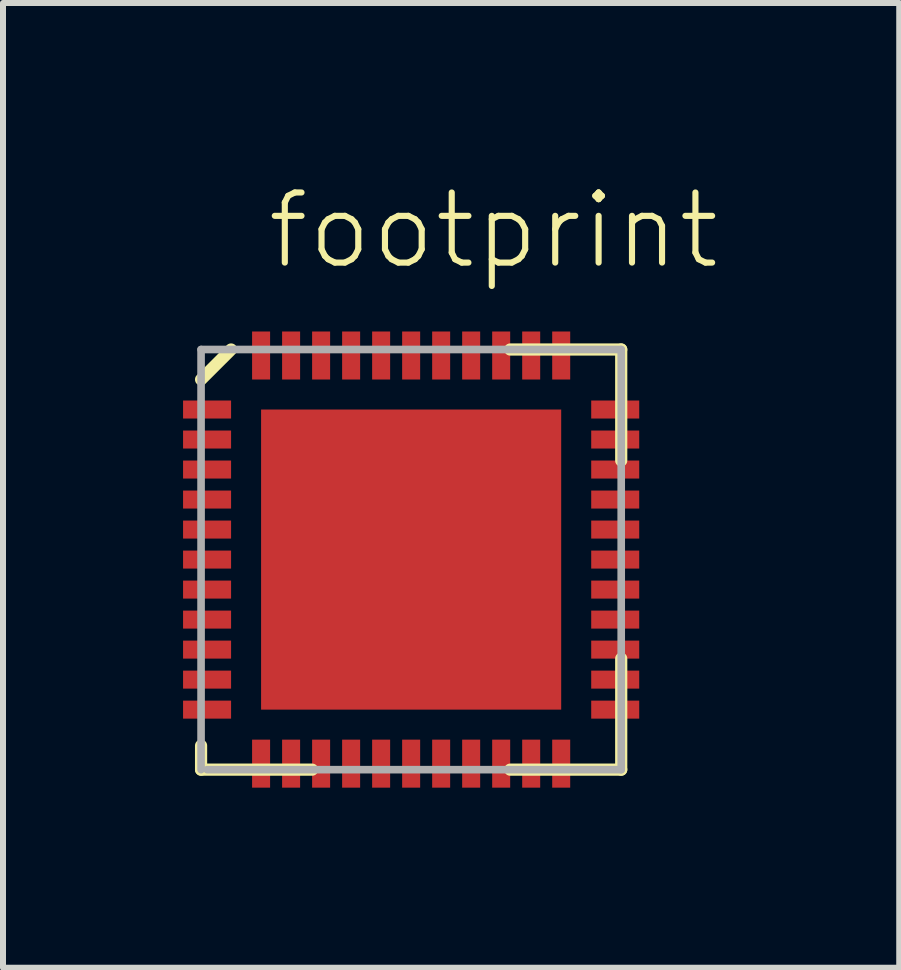
<source format=kicad_pcb>
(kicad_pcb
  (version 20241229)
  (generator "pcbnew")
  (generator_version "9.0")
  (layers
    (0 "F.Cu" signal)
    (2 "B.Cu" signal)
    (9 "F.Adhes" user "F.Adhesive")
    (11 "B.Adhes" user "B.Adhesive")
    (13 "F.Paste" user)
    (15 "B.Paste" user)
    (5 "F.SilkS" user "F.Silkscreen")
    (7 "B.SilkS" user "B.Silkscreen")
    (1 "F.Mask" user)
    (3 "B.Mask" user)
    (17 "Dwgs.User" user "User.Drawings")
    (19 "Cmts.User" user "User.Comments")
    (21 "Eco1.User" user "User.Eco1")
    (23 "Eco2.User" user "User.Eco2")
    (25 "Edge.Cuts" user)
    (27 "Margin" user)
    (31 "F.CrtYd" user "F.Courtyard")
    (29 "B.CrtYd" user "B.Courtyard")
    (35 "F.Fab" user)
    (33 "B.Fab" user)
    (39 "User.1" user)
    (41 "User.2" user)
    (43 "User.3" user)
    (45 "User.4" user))
  (footprint "footprint"
    (layer "F.Cu")
    (at 3.8 6.273)
    (property "Reference" "footprint" (at -2.45 -4.8 0) (layer "F.SilkS") (effects (font (size 1.168 1.168) (thickness 0.102)) (justify left bottom)))
    (fp_poly (pts (xy -2.5 2.5) (xy 2.5 2.5) (xy 2.5 -2.5) (xy -2.5 -2.5)) (stroke (width 0) (type solid)) (fill yes) (layer "F.Cu"))
    (fp_poly (pts (xy -0.5 0.5) (xy 0.5 0.5) (xy 0.5 -0.5) (xy -0.5 -0.5)) (stroke (width 0) (type solid)) (fill yes) (layer "F.Mask"))
    (fp_line (start -3.5 3.5) (end -3.5 3.1) (stroke (width 0.203) (type solid)) (layer "F.SilkS"))
    (fp_line (start -3 -3.5) (end -3.5 -3) (stroke (width 0.203) (type solid)) (layer "F.SilkS"))
    (fp_line (start -1.65 3.5) (end -3.5 3.5) (stroke (width 0.203) (type solid)) (layer "F.SilkS"))
    (fp_line (start 1.65 3.5) (end 3.5 3.5) (stroke (width 0.203) (type solid)) (layer "F.SilkS"))
    (fp_line (start 3.5 -3.5) (end 1.65 -3.5) (stroke (width 0.203) (type solid)) (layer "F.SilkS"))
    (fp_line (start 3.5 -1.65) (end 3.5 -3.5) (stroke (width 0.203) (type solid)) (layer "F.SilkS"))
    (fp_line (start 3.5 1.65) (end 3.5 3.5) (stroke (width 0.203) (type solid)) (layer "F.SilkS"))
    (fp_line (start -3.5 -3.5) (end -3.5 3.5) (stroke (width 0.127) (type solid)) (layer "F.Fab"))
    (fp_line (start -3.4 3.5) (end 3.5 3.5) (stroke (width 0.127) (type solid)) (layer "F.Fab"))
    (fp_line (start 3.5 -3.5) (end -3.5 -3.5) (stroke (width 0.127) (type solid)) (layer "F.Fab"))
    (fp_line (start 3.5 3.5) (end 3.5 -3.5) (stroke (width 0.127) (type solid)) (layer "F.Fab"))
    (pad "1" smd rect (at -3.4 -2.5 180) (size 0.8 0.3) (layers "F.Cu" "F.Mask" "F.Paste"))
    (pad "2" smd rect (at -3.4 -2 180) (size 0.8 0.3) (layers "F.Cu" "F.Mask" "F.Paste"))
    (pad "3" smd rect (at -3.4 -1.5 180) (size 0.8 0.3) (layers "F.Cu" "F.Mask" "F.Paste"))
    (pad "4" smd rect (at -3.4 -1 180) (size 0.8 0.3) (layers "F.Cu" "F.Mask" "F.Paste"))
    (pad "5" smd rect (at -3.4 -0.5 180) (size 0.8 0.3) (layers "F.Cu" "F.Mask" "F.Paste"))
    (pad "6" smd rect (at -3.4 0 180) (size 0.8 0.3) (layers "F.Cu" "F.Mask" "F.Paste"))
    (pad "7" smd rect (at -3.4 0.5) (size 0.8 0.3) (layers "F.Cu" "F.Mask" "F.Paste"))
    (pad "8" smd rect (at -3.4 1) (size 0.8 0.3) (layers "F.Cu" "F.Mask" "F.Paste"))
    (pad "9" smd rect (at -3.4 1.5) (size 0.8 0.3) (layers "F.Cu" "F.Mask" "F.Paste"))
    (pad "10" smd rect (at -3.4 2) (size 0.8 0.3) (layers "F.Cu" "F.Mask" "F.Paste"))
    (pad "11" smd rect (at -3.4 2.5) (size 0.8 0.3) (layers "F.Cu" "F.Mask" "F.Paste"))
    (pad "12" smd rect (at -2.5 3.4 270) (size 0.8 0.3) (layers "F.Cu" "F.Mask" "F.Paste"))
    (pad "13" smd rect (at -2 3.4 270) (size 0.8 0.3) (layers "F.Cu" "F.Mask" "F.Paste"))
    (pad "14" smd rect (at -1.5 3.4 270) (size 0.8 0.3) (layers "F.Cu" "F.Mask" "F.Paste"))
    (pad "15" smd rect (at -1 3.4 270) (size 0.8 0.3) (layers "F.Cu" "F.Mask" "F.Paste"))
    (pad "16" smd rect (at -0.5 3.4 270) (size 0.8 0.3) (layers "F.Cu" "F.Mask" "F.Paste"))
    (pad "17" smd rect (at 0 3.4 270) (size 0.8 0.3) (layers "F.Cu" "F.Mask" "F.Paste"))
    (pad "18" smd rect (at 0.5 3.4 90) (size 0.8 0.3) (layers "F.Cu" "F.Mask" "F.Paste"))
    (pad "19" smd rect (at 1 3.4 90) (size 0.8 0.3) (layers "F.Cu" "F.Mask" "F.Paste"))
    (pad "20" smd rect (at 1.5 3.4 90) (size 0.8 0.3) (layers "F.Cu" "F.Mask" "F.Paste"))
    (pad "21" smd rect (at 2 3.4 90) (size 0.8 0.3) (layers "F.Cu" "F.Mask" "F.Paste"))
    (pad "22" smd rect (at 2.5 3.4 90) (size 0.8 0.3) (layers "F.Cu" "F.Mask" "F.Paste"))
    (pad "23" smd rect (at 3.4 2.5) (size 0.8 0.3) (layers "F.Cu" "F.Mask" "F.Paste"))
    (pad "24" smd rect (at 3.4 2) (size 0.8 0.3) (layers "F.Cu" "F.Mask" "F.Paste"))
    (pad "25" smd rect (at 3.4 1.5) (size 0.8 0.3) (layers "F.Cu" "F.Mask" "F.Paste"))
    (pad "26" smd rect (at 3.4 1) (size 0.8 0.3) (layers "F.Cu" "F.Mask" "F.Paste"))
    (pad "27" smd rect (at 3.4 0.5) (size 0.8 0.3) (layers "F.Cu" "F.Mask" "F.Paste"))
    (pad "28" smd rect (at 3.4 0) (size 0.8 0.3) (layers "F.Cu" "F.Mask" "F.Paste"))
    (pad "29" smd rect (at 3.4 -0.5 180) (size 0.8 0.3) (layers "F.Cu" "F.Mask" "F.Paste"))
    (pad "30" smd rect (at 3.4 -1 180) (size 0.8 0.3) (layers "F.Cu" "F.Mask" "F.Paste"))
    (pad "31" smd rect (at 3.4 -1.5 180) (size 0.8 0.3) (layers "F.Cu" "F.Mask" "F.Paste"))
    (pad "32" smd rect (at 3.4 -2 180) (size 0.8 0.3) (layers "F.Cu" "F.Mask" "F.Paste"))
    (pad "33" smd rect (at 3.4 -2.5 180) (size 0.8 0.3) (layers "F.Cu" "F.Mask" "F.Paste"))
    (pad "34" smd rect (at 2.5 -3.4 90) (size 0.8 0.3) (layers "F.Cu" "F.Mask" "F.Paste"))
    (pad "35" smd rect (at 2 -3.4 90) (size 0.8 0.3) (layers "F.Cu" "F.Mask" "F.Paste"))
    (pad "36" smd rect (at 1.5 -3.4 90) (size 0.8 0.3) (layers "F.Cu" "F.Mask" "F.Paste"))
    (pad "37" smd rect (at 1 -3.4 90) (size 0.8 0.3) (layers "F.Cu" "F.Mask" "F.Paste"))
    (pad "38" smd rect (at 0.5 -3.4 90) (size 0.8 0.3) (layers "F.Cu" "F.Mask" "F.Paste"))
    (pad "39" smd rect (at 0 -3.4 90) (size 0.8 0.3) (layers "F.Cu" "F.Mask" "F.Paste"))
    (pad "40" smd rect (at -0.5 -3.4 270) (size 0.8 0.3) (layers "F.Cu" "F.Mask" "F.Paste"))
    (pad "41" smd rect (at -1 -3.4 270) (size 0.8 0.3) (layers "F.Cu" "F.Mask" "F.Paste"))
    (pad "42" smd rect (at -1.5 -3.4 270) (size 0.8 0.3) (layers "F.Cu" "F.Mask" "F.Paste"))
    (pad "43" smd rect (at -2 -3.4 270) (size 0.8 0.3) (layers "F.Cu" "F.Mask" "F.Paste"))
    (pad "44" smd rect (at -2.5 -3.4 270) (size 0.8 0.3) (layers "F.Cu" "F.Mask" "F.Paste")))
  (gr_rect
    (start -3 -3)
    (end 11.932 13.073)
    (stroke (width 0.1) (type default))
    (fill no)
    (layer "Edge.Cuts")))
</source>
